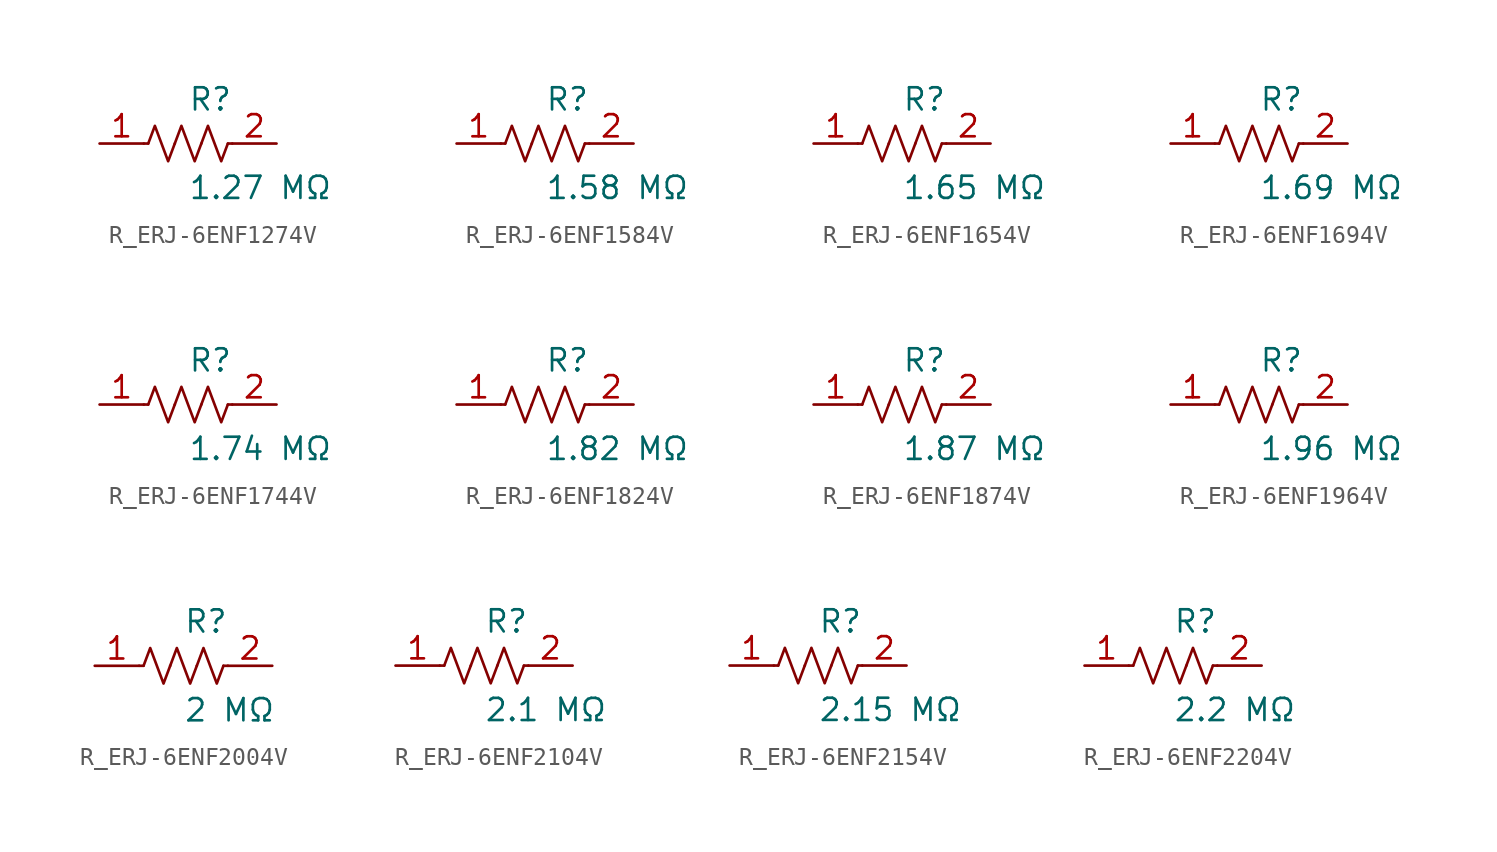
<source format=kicad_sym>
(kicad_symbol_lib
  (version 20231120)
  (generator kicad_symbol_editor)
  (generator_version 8.0)
  (symbol "R_ERJ-6ENF1274V"
    (pin_names
      (offset 0.254))
    (property "Reference" "R"
      (at 0.0 2.54 0)
      (effects (font (size 1.27 1.27)) (justify left)))
    (property "Value" "1.27 MΩ"
      (at 0.0 -2.54 0)
      (effects (font (size 1.27 1.27)) (justify left)))
    (symbol "R_ERJ-6ENF1274V_0_1"
      (polyline (pts (xy 2.286 0) (xy 2.54 0)) (stroke (width 0) (type default)) (fill (type none)))
      (polyline (pts (xy -2.286 0) (xy -2.54 0)) (stroke (width 0) (type default)) (fill (type none)))
      (polyline (pts (xy 0.762 0) (xy 1.143 1.016) (xy 1.524 0) (xy 1.905 -1.016) (xy 2.286 0)) (stroke (width 0) (type default)) (fill (type none)))
      (polyline (pts (xy -0.762 0) (xy -0.381 1.016) (xy 0 0) (xy 0.381 -1.016) (xy 0.762 0)) (stroke (width 0) (type default)) (fill (type none)))
      (polyline (pts (xy -2.286 0) (xy -1.905 1.016) (xy -1.524 0) (xy -1.143 -1.016) (xy -0.762 0)) (stroke (width 0) (type default)) (fill (type none))))
    (pin unspecified line
      (at -5.08 0 0)
      (length 2.54)
      (name "" (effects (font (size 1.27 1.27))))
      (number "1" (effects (font (size 1.27 1.27)))))
    (pin unspecified line
      (at 5.08 0 180)
      (length 2.54)
      (name "" (effects (font (size 1.27 1.27))))
      (number "2" (effects (font (size 1.27 1.27))))))
  (symbol "R_ERJ-6ENF1584V"
    (pin_names
      (offset 0.254))
    (property "Reference" "R"
      (at 0.0 2.54 0)
      (effects (font (size 1.27 1.27)) (justify left)))
    (property "Value" "1.58 MΩ"
      (at 0.0 -2.54 0)
      (effects (font (size 1.27 1.27)) (justify left)))
    (symbol "R_ERJ-6ENF1584V_0_1"
      (polyline (pts (xy 2.286 0) (xy 2.54 0)) (stroke (width 0) (type default)) (fill (type none)))
      (polyline (pts (xy -2.286 0) (xy -2.54 0)) (stroke (width 0) (type default)) (fill (type none)))
      (polyline (pts (xy 0.762 0) (xy 1.143 1.016) (xy 1.524 0) (xy 1.905 -1.016) (xy 2.286 0)) (stroke (width 0) (type default)) (fill (type none)))
      (polyline (pts (xy -0.762 0) (xy -0.381 1.016) (xy 0 0) (xy 0.381 -1.016) (xy 0.762 0)) (stroke (width 0) (type default)) (fill (type none)))
      (polyline (pts (xy -2.286 0) (xy -1.905 1.016) (xy -1.524 0) (xy -1.143 -1.016) (xy -0.762 0)) (stroke (width 0) (type default)) (fill (type none))))
    (pin unspecified line
      (at -5.08 0 0)
      (length 2.54)
      (name "" (effects (font (size 1.27 1.27))))
      (number "1" (effects (font (size 1.27 1.27)))))
    (pin unspecified line
      (at 5.08 0 180)
      (length 2.54)
      (name "" (effects (font (size 1.27 1.27))))
      (number "2" (effects (font (size 1.27 1.27))))))
  (symbol "R_ERJ-6ENF1654V"
    (pin_names
      (offset 0.254))
    (property "Reference" "R"
      (at 0.0 2.54 0)
      (effects (font (size 1.27 1.27)) (justify left)))
    (property "Value" "1.65 MΩ"
      (at 0.0 -2.54 0)
      (effects (font (size 1.27 1.27)) (justify left)))
    (symbol "R_ERJ-6ENF1654V_0_1"
      (polyline (pts (xy 2.286 0) (xy 2.54 0)) (stroke (width 0) (type default)) (fill (type none)))
      (polyline (pts (xy -2.286 0) (xy -2.54 0)) (stroke (width 0) (type default)) (fill (type none)))
      (polyline (pts (xy 0.762 0) (xy 1.143 1.016) (xy 1.524 0) (xy 1.905 -1.016) (xy 2.286 0)) (stroke (width 0) (type default)) (fill (type none)))
      (polyline (pts (xy -0.762 0) (xy -0.381 1.016) (xy 0 0) (xy 0.381 -1.016) (xy 0.762 0)) (stroke (width 0) (type default)) (fill (type none)))
      (polyline (pts (xy -2.286 0) (xy -1.905 1.016) (xy -1.524 0) (xy -1.143 -1.016) (xy -0.762 0)) (stroke (width 0) (type default)) (fill (type none))))
    (pin unspecified line
      (at -5.08 0 0)
      (length 2.54)
      (name "" (effects (font (size 1.27 1.27))))
      (number "1" (effects (font (size 1.27 1.27)))))
    (pin unspecified line
      (at 5.08 0 180)
      (length 2.54)
      (name "" (effects (font (size 1.27 1.27))))
      (number "2" (effects (font (size 1.27 1.27))))))
  (symbol "R_ERJ-6ENF1694V"
    (pin_names
      (offset 0.254))
    (property "Reference" "R"
      (at 0.0 2.54 0)
      (effects (font (size 1.27 1.27)) (justify left)))
    (property "Value" "1.69 MΩ"
      (at 0.0 -2.54 0)
      (effects (font (size 1.27 1.27)) (justify left)))
    (symbol "R_ERJ-6ENF1694V_0_1"
      (polyline (pts (xy 2.286 0) (xy 2.54 0)) (stroke (width 0) (type default)) (fill (type none)))
      (polyline (pts (xy -2.286 0) (xy -2.54 0)) (stroke (width 0) (type default)) (fill (type none)))
      (polyline (pts (xy 0.762 0) (xy 1.143 1.016) (xy 1.524 0) (xy 1.905 -1.016) (xy 2.286 0)) (stroke (width 0) (type default)) (fill (type none)))
      (polyline (pts (xy -0.762 0) (xy -0.381 1.016) (xy 0 0) (xy 0.381 -1.016) (xy 0.762 0)) (stroke (width 0) (type default)) (fill (type none)))
      (polyline (pts (xy -2.286 0) (xy -1.905 1.016) (xy -1.524 0) (xy -1.143 -1.016) (xy -0.762 0)) (stroke (width 0) (type default)) (fill (type none))))
    (pin unspecified line
      (at -5.08 0 0)
      (length 2.54)
      (name "" (effects (font (size 1.27 1.27))))
      (number "1" (effects (font (size 1.27 1.27)))))
    (pin unspecified line
      (at 5.08 0 180)
      (length 2.54)
      (name "" (effects (font (size 1.27 1.27))))
      (number "2" (effects (font (size 1.27 1.27))))))
  (symbol "R_ERJ-6ENF1744V"
    (pin_names
      (offset 0.254))
    (property "Reference" "R"
      (at 0.0 2.54 0)
      (effects (font (size 1.27 1.27)) (justify left)))
    (property "Value" "1.74 MΩ"
      (at 0.0 -2.54 0)
      (effects (font (size 1.27 1.27)) (justify left)))
    (symbol "R_ERJ-6ENF1744V_0_1"
      (polyline (pts (xy 2.286 0) (xy 2.54 0)) (stroke (width 0) (type default)) (fill (type none)))
      (polyline (pts (xy -2.286 0) (xy -2.54 0)) (stroke (width 0) (type default)) (fill (type none)))
      (polyline (pts (xy 0.762 0) (xy 1.143 1.016) (xy 1.524 0) (xy 1.905 -1.016) (xy 2.286 0)) (stroke (width 0) (type default)) (fill (type none)))
      (polyline (pts (xy -0.762 0) (xy -0.381 1.016) (xy 0 0) (xy 0.381 -1.016) (xy 0.762 0)) (stroke (width 0) (type default)) (fill (type none)))
      (polyline (pts (xy -2.286 0) (xy -1.905 1.016) (xy -1.524 0) (xy -1.143 -1.016) (xy -0.762 0)) (stroke (width 0) (type default)) (fill (type none))))
    (pin unspecified line
      (at -5.08 0 0)
      (length 2.54)
      (name "" (effects (font (size 1.27 1.27))))
      (number "1" (effects (font (size 1.27 1.27)))))
    (pin unspecified line
      (at 5.08 0 180)
      (length 2.54)
      (name "" (effects (font (size 1.27 1.27))))
      (number "2" (effects (font (size 1.27 1.27))))))
  (symbol "R_ERJ-6ENF1824V"
    (pin_names
      (offset 0.254))
    (property "Reference" "R"
      (at 0.0 2.54 0)
      (effects (font (size 1.27 1.27)) (justify left)))
    (property "Value" "1.82 MΩ"
      (at 0.0 -2.54 0)
      (effects (font (size 1.27 1.27)) (justify left)))
    (symbol "R_ERJ-6ENF1824V_0_1"
      (polyline (pts (xy 2.286 0) (xy 2.54 0)) (stroke (width 0) (type default)) (fill (type none)))
      (polyline (pts (xy -2.286 0) (xy -2.54 0)) (stroke (width 0) (type default)) (fill (type none)))
      (polyline (pts (xy 0.762 0) (xy 1.143 1.016) (xy 1.524 0) (xy 1.905 -1.016) (xy 2.286 0)) (stroke (width 0) (type default)) (fill (type none)))
      (polyline (pts (xy -0.762 0) (xy -0.381 1.016) (xy 0 0) (xy 0.381 -1.016) (xy 0.762 0)) (stroke (width 0) (type default)) (fill (type none)))
      (polyline (pts (xy -2.286 0) (xy -1.905 1.016) (xy -1.524 0) (xy -1.143 -1.016) (xy -0.762 0)) (stroke (width 0) (type default)) (fill (type none))))
    (pin unspecified line
      (at -5.08 0 0)
      (length 2.54)
      (name "" (effects (font (size 1.27 1.27))))
      (number "1" (effects (font (size 1.27 1.27)))))
    (pin unspecified line
      (at 5.08 0 180)
      (length 2.54)
      (name "" (effects (font (size 1.27 1.27))))
      (number "2" (effects (font (size 1.27 1.27))))))
  (symbol "R_ERJ-6ENF1874V"
    (pin_names
      (offset 0.254))
    (property "Reference" "R"
      (at 0.0 2.54 0)
      (effects (font (size 1.27 1.27)) (justify left)))
    (property "Value" "1.87 MΩ"
      (at 0.0 -2.54 0)
      (effects (font (size 1.27 1.27)) (justify left)))
    (symbol "R_ERJ-6ENF1874V_0_1"
      (polyline (pts (xy 2.286 0) (xy 2.54 0)) (stroke (width 0) (type default)) (fill (type none)))
      (polyline (pts (xy -2.286 0) (xy -2.54 0)) (stroke (width 0) (type default)) (fill (type none)))
      (polyline (pts (xy 0.762 0) (xy 1.143 1.016) (xy 1.524 0) (xy 1.905 -1.016) (xy 2.286 0)) (stroke (width 0) (type default)) (fill (type none)))
      (polyline (pts (xy -0.762 0) (xy -0.381 1.016) (xy 0 0) (xy 0.381 -1.016) (xy 0.762 0)) (stroke (width 0) (type default)) (fill (type none)))
      (polyline (pts (xy -2.286 0) (xy -1.905 1.016) (xy -1.524 0) (xy -1.143 -1.016) (xy -0.762 0)) (stroke (width 0) (type default)) (fill (type none))))
    (pin unspecified line
      (at -5.08 0 0)
      (length 2.54)
      (name "" (effects (font (size 1.27 1.27))))
      (number "1" (effects (font (size 1.27 1.27)))))
    (pin unspecified line
      (at 5.08 0 180)
      (length 2.54)
      (name "" (effects (font (size 1.27 1.27))))
      (number "2" (effects (font (size 1.27 1.27))))))
  (symbol "R_ERJ-6ENF1964V"
    (pin_names
      (offset 0.254))
    (property "Reference" "R"
      (at 0.0 2.54 0)
      (effects (font (size 1.27 1.27)) (justify left)))
    (property "Value" "1.96 MΩ"
      (at 0.0 -2.54 0)
      (effects (font (size 1.27 1.27)) (justify left)))
    (symbol "R_ERJ-6ENF1964V_0_1"
      (polyline (pts (xy 2.286 0) (xy 2.54 0)) (stroke (width 0) (type default)) (fill (type none)))
      (polyline (pts (xy -2.286 0) (xy -2.54 0)) (stroke (width 0) (type default)) (fill (type none)))
      (polyline (pts (xy 0.762 0) (xy 1.143 1.016) (xy 1.524 0) (xy 1.905 -1.016) (xy 2.286 0)) (stroke (width 0) (type default)) (fill (type none)))
      (polyline (pts (xy -0.762 0) (xy -0.381 1.016) (xy 0 0) (xy 0.381 -1.016) (xy 0.762 0)) (stroke (width 0) (type default)) (fill (type none)))
      (polyline (pts (xy -2.286 0) (xy -1.905 1.016) (xy -1.524 0) (xy -1.143 -1.016) (xy -0.762 0)) (stroke (width 0) (type default)) (fill (type none))))
    (pin unspecified line
      (at -5.08 0 0)
      (length 2.54)
      (name "" (effects (font (size 1.27 1.27))))
      (number "1" (effects (font (size 1.27 1.27)))))
    (pin unspecified line
      (at 5.08 0 180)
      (length 2.54)
      (name "" (effects (font (size 1.27 1.27))))
      (number "2" (effects (font (size 1.27 1.27))))))
  (symbol "R_ERJ-6ENF2004V"
    (pin_names
      (offset 0.254))
    (property "Reference" "R"
      (at 0.0 2.54 0)
      (effects (font (size 1.27 1.27)) (justify left)))
    (property "Value" "2 MΩ"
      (at 0.0 -2.54 0)
      (effects (font (size 1.27 1.27)) (justify left)))
    (symbol "R_ERJ-6ENF2004V_0_1"
      (polyline (pts (xy 2.286 0) (xy 2.54 0)) (stroke (width 0) (type default)) (fill (type none)))
      (polyline (pts (xy -2.286 0) (xy -2.54 0)) (stroke (width 0) (type default)) (fill (type none)))
      (polyline (pts (xy 0.762 0) (xy 1.143 1.016) (xy 1.524 0) (xy 1.905 -1.016) (xy 2.286 0)) (stroke (width 0) (type default)) (fill (type none)))
      (polyline (pts (xy -0.762 0) (xy -0.381 1.016) (xy 0 0) (xy 0.381 -1.016) (xy 0.762 0)) (stroke (width 0) (type default)) (fill (type none)))
      (polyline (pts (xy -2.286 0) (xy -1.905 1.016) (xy -1.524 0) (xy -1.143 -1.016) (xy -0.762 0)) (stroke (width 0) (type default)) (fill (type none))))
    (pin unspecified line
      (at -5.08 0 0)
      (length 2.54)
      (name "" (effects (font (size 1.27 1.27))))
      (number "1" (effects (font (size 1.27 1.27)))))
    (pin unspecified line
      (at 5.08 0 180)
      (length 2.54)
      (name "" (effects (font (size 1.27 1.27))))
      (number "2" (effects (font (size 1.27 1.27))))))
  (symbol "R_ERJ-6ENF2104V"
    (pin_names
      (offset 0.254))
    (property "Reference" "R"
      (at 0.0 2.54 0)
      (effects (font (size 1.27 1.27)) (justify left)))
    (property "Value" "2.1 MΩ"
      (at 0.0 -2.54 0)
      (effects (font (size 1.27 1.27)) (justify left)))
    (symbol "R_ERJ-6ENF2104V_0_1"
      (polyline (pts (xy 2.286 0) (xy 2.54 0)) (stroke (width 0) (type default)) (fill (type none)))
      (polyline (pts (xy -2.286 0) (xy -2.54 0)) (stroke (width 0) (type default)) (fill (type none)))
      (polyline (pts (xy 0.762 0) (xy 1.143 1.016) (xy 1.524 0) (xy 1.905 -1.016) (xy 2.286 0)) (stroke (width 0) (type default)) (fill (type none)))
      (polyline (pts (xy -0.762 0) (xy -0.381 1.016) (xy 0 0) (xy 0.381 -1.016) (xy 0.762 0)) (stroke (width 0) (type default)) (fill (type none)))
      (polyline (pts (xy -2.286 0) (xy -1.905 1.016) (xy -1.524 0) (xy -1.143 -1.016) (xy -0.762 0)) (stroke (width 0) (type default)) (fill (type none))))
    (pin unspecified line
      (at -5.08 0 0)
      (length 2.54)
      (name "" (effects (font (size 1.27 1.27))))
      (number "1" (effects (font (size 1.27 1.27)))))
    (pin unspecified line
      (at 5.08 0 180)
      (length 2.54)
      (name "" (effects (font (size 1.27 1.27))))
      (number "2" (effects (font (size 1.27 1.27))))))
  (symbol "R_ERJ-6ENF2154V"
    (pin_names
      (offset 0.254))
    (property "Reference" "R"
      (at 0.0 2.54 0)
      (effects (font (size 1.27 1.27)) (justify left)))
    (property "Value" "2.15 MΩ"
      (at 0.0 -2.54 0)
      (effects (font (size 1.27 1.27)) (justify left)))
    (symbol "R_ERJ-6ENF2154V_0_1"
      (polyline (pts (xy 2.286 0) (xy 2.54 0)) (stroke (width 0) (type default)) (fill (type none)))
      (polyline (pts (xy -2.286 0) (xy -2.54 0)) (stroke (width 0) (type default)) (fill (type none)))
      (polyline (pts (xy 0.762 0) (xy 1.143 1.016) (xy 1.524 0) (xy 1.905 -1.016) (xy 2.286 0)) (stroke (width 0) (type default)) (fill (type none)))
      (polyline (pts (xy -0.762 0) (xy -0.381 1.016) (xy 0 0) (xy 0.381 -1.016) (xy 0.762 0)) (stroke (width 0) (type default)) (fill (type none)))
      (polyline (pts (xy -2.286 0) (xy -1.905 1.016) (xy -1.524 0) (xy -1.143 -1.016) (xy -0.762 0)) (stroke (width 0) (type default)) (fill (type none))))
    (pin unspecified line
      (at -5.08 0 0)
      (length 2.54)
      (name "" (effects (font (size 1.27 1.27))))
      (number "1" (effects (font (size 1.27 1.27)))))
    (pin unspecified line
      (at 5.08 0 180)
      (length 2.54)
      (name "" (effects (font (size 1.27 1.27))))
      (number "2" (effects (font (size 1.27 1.27))))))
  (symbol "R_ERJ-6ENF2204V"
    (pin_names
      (offset 0.254))
    (property "Reference" "R"
      (at 0.0 2.54 0)
      (effects (font (size 1.27 1.27)) (justify left)))
    (property "Value" "2.2 MΩ"
      (at 0.0 -2.54 0)
      (effects (font (size 1.27 1.27)) (justify left)))
    (symbol "R_ERJ-6ENF2204V_0_1"
      (polyline (pts (xy 2.286 0) (xy 2.54 0)) (stroke (width 0) (type default)) (fill (type none)))
      (polyline (pts (xy -2.286 0) (xy -2.54 0)) (stroke (width 0) (type default)) (fill (type none)))
      (polyline (pts (xy 0.762 0) (xy 1.143 1.016) (xy 1.524 0) (xy 1.905 -1.016) (xy 2.286 0)) (stroke (width 0) (type default)) (fill (type none)))
      (polyline (pts (xy -0.762 0) (xy -0.381 1.016) (xy 0 0) (xy 0.381 -1.016) (xy 0.762 0)) (stroke (width 0) (type default)) (fill (type none)))
      (polyline (pts (xy -2.286 0) (xy -1.905 1.016) (xy -1.524 0) (xy -1.143 -1.016) (xy -0.762 0)) (stroke (width 0) (type default)) (fill (type none))))
    (pin unspecified line
      (at -5.08 0 0)
      (length 2.54)
      (name "" (effects (font (size 1.27 1.27))))
      (number "1" (effects (font (size 1.27 1.27)))))
    (pin unspecified line
      (at 5.08 0 180)
      (length 2.54)
      (name "" (effects (font (size 1.27 1.27))))
      (number "2" (effects (font (size 1.27 1.27)))))))
</source>
